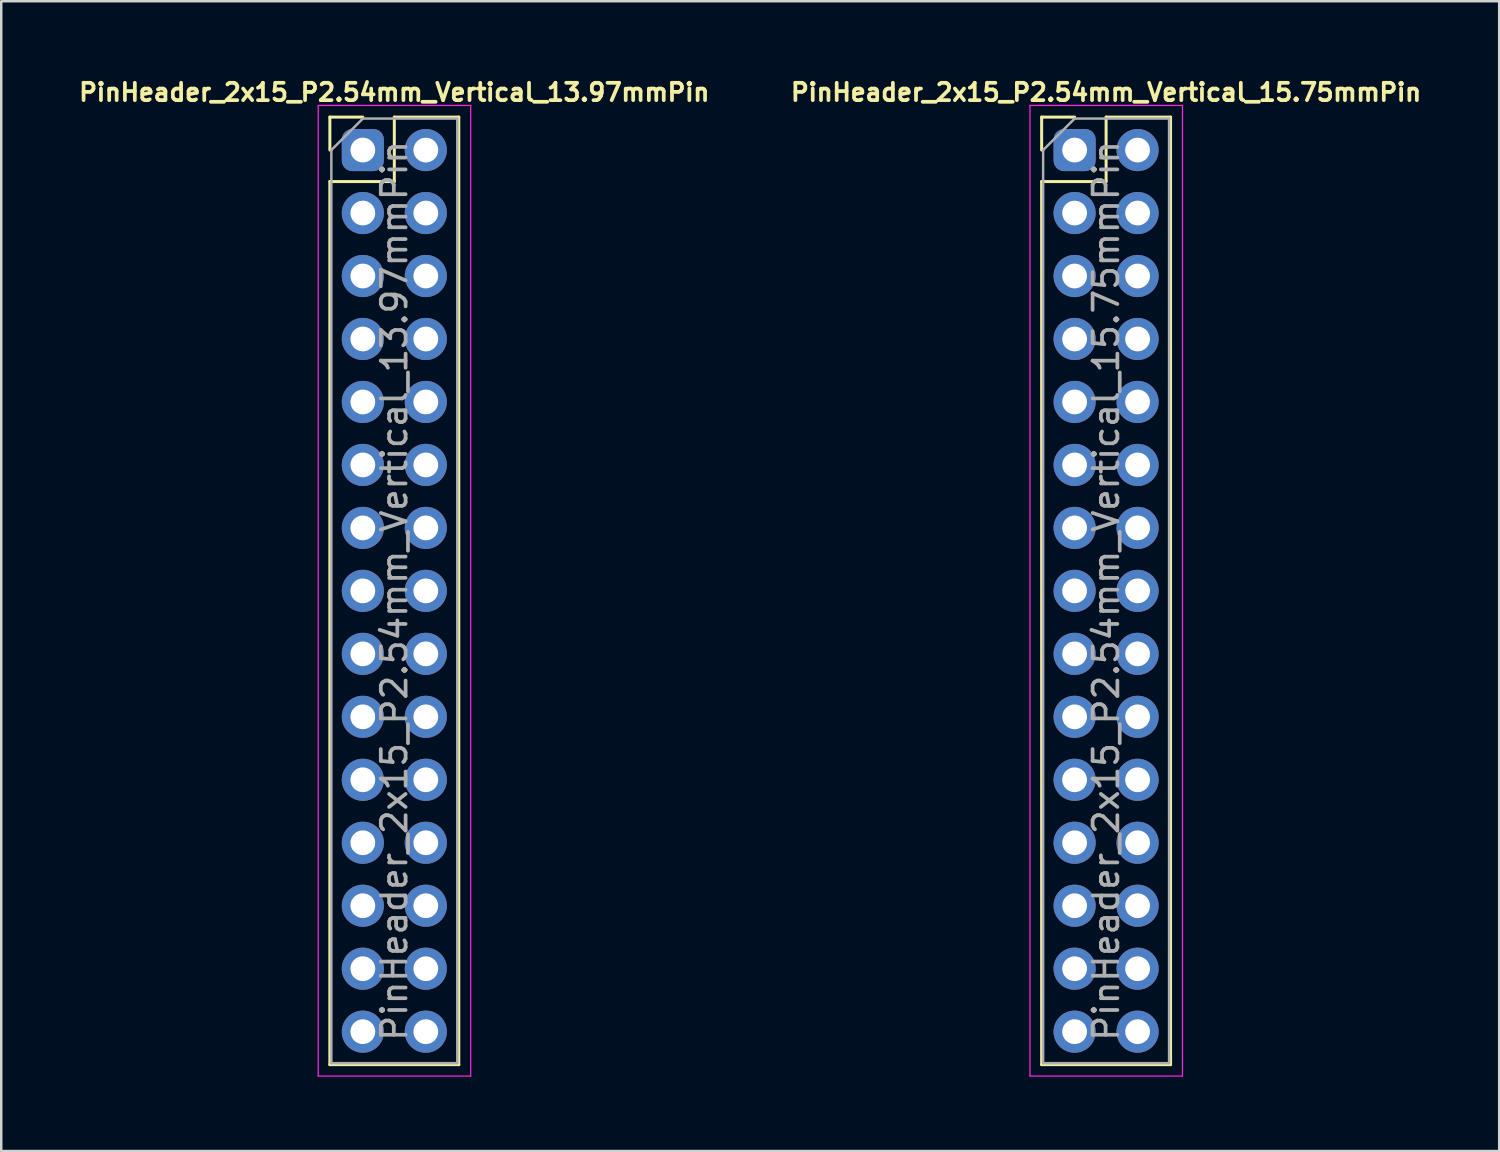
<source format=kicad_pcb>
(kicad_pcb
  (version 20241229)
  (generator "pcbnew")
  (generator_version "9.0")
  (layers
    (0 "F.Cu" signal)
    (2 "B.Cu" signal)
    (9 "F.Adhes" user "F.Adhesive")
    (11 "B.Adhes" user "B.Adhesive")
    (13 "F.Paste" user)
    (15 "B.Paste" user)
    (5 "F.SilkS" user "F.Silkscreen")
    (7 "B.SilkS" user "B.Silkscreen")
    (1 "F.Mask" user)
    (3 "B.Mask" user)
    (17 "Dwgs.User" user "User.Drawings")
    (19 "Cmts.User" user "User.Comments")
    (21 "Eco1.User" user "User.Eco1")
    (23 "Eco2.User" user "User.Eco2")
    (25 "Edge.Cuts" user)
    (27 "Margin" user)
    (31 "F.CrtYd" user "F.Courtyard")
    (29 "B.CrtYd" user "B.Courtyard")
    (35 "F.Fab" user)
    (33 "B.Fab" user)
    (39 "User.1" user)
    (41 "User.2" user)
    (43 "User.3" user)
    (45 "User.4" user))
  (footprint "PinHeader_2x15_P2.54mm_Vertical_13.97mmPin"
    (layer "F.Cu")
    (at 11.585 3.003)
    (property "Reference" "PinHeader_2x15_P2.54mm_Vertical_13.97mmPin" (at 1.27 -2.33 0) (layer "F.SilkS") (effects (font (size 0.7 0.7) (thickness 0.15))))
    (attr through_hole)
    (fp_line (start -1.33 -1.33) (end 0 -1.33) (stroke (width 0.12) (type solid)) (layer "F.SilkS"))
    (fp_line (start -1.33 0) (end -1.33 -1.33) (stroke (width 0.12) (type solid)) (layer "F.SilkS"))
    (fp_line (start -1.33 1.27) (end -1.33 36.89) (stroke (width 0.12) (type solid)) (layer "F.SilkS"))
    (fp_line (start -1.33 1.27) (end 1.27 1.27) (stroke (width 0.12) (type solid)) (layer "F.SilkS"))
    (fp_line (start -1.33 36.89) (end 3.87 36.89) (stroke (width 0.12) (type solid)) (layer "F.SilkS"))
    (fp_line (start 1.27 -1.33) (end 3.87 -1.33) (stroke (width 0.12) (type solid)) (layer "F.SilkS"))
    (fp_line (start 1.27 1.27) (end 1.27 -1.33) (stroke (width 0.12) (type solid)) (layer "F.SilkS"))
    (fp_line (start 3.87 -1.33) (end 3.87 36.89) (stroke (width 0.12) (type solid)) (layer "F.SilkS"))
    (fp_line (start -1.8 -1.8) (end -1.8 37.35) (stroke (width 0.05) (type solid)) (layer "F.CrtYd"))
    (fp_line (start -1.8 37.35) (end 4.35 37.35) (stroke (width 0.05) (type solid)) (layer "F.CrtYd"))
    (fp_line (start 4.35 -1.8) (end -1.8 -1.8) (stroke (width 0.05) (type solid)) (layer "F.CrtYd"))
    (fp_line (start 4.35 37.35) (end 4.35 -1.8) (stroke (width 0.05) (type solid)) (layer "F.CrtYd"))
    (fp_line (start -1.27 0) (end 0 -1.27) (stroke (width 0.1) (type solid)) (layer "F.Fab"))
    (fp_line (start -1.27 36.83) (end -1.27 0) (stroke (width 0.1) (type solid)) (layer "F.Fab"))
    (fp_line (start 0 -1.27) (end 3.81 -1.27) (stroke (width 0.1) (type solid)) (layer "F.Fab"))
    (fp_line (start 3.81 -1.27) (end 3.81 36.83) (stroke (width 0.1) (type solid)) (layer "F.Fab"))
    (fp_line (start 3.81 36.83) (end -1.27 36.83) (stroke (width 0.1) (type solid)) (layer "F.Fab"))
    (fp_text user "${REFERENCE}" (at 1.27 17.78 90) (layer "F.Fab") (effects (font (size 1 1) (thickness 0.15))))
    (pad "1" thru_hole roundrect (at 0 0) (size 1.7 1.7) (drill 1) (layers "*.Cu" "*.Mask") (roundrect_rratio 0.25))
    (pad "2" thru_hole oval (at 2.54 0) (size 1.7 1.7) (drill 1) (layers "*.Cu" "*.Mask"))
    (pad "3" thru_hole oval (at 0 2.54) (size 1.7 1.7) (drill 1) (layers "*.Cu" "*.Mask"))
    (pad "4" thru_hole oval (at 2.54 2.54) (size 1.7 1.7) (drill 1) (layers "*.Cu" "*.Mask"))
    (pad "5" thru_hole oval (at 0 5.08) (size 1.7 1.7) (drill 1) (layers "*.Cu" "*.Mask"))
    (pad "6" thru_hole oval (at 2.54 5.08) (size 1.7 1.7) (drill 1) (layers "*.Cu" "*.Mask"))
    (pad "7" thru_hole oval (at 0 7.62) (size 1.7 1.7) (drill 1) (layers "*.Cu" "*.Mask"))
    (pad "8" thru_hole oval (at 2.54 7.62) (size 1.7 1.7) (drill 1) (layers "*.Cu" "*.Mask"))
    (pad "9" thru_hole oval (at 0 10.16) (size 1.7 1.7) (drill 1) (layers "*.Cu" "*.Mask"))
    (pad "10" thru_hole oval (at 2.54 10.16) (size 1.7 1.7) (drill 1) (layers "*.Cu" "*.Mask"))
    (pad "11" thru_hole oval (at 0 12.7) (size 1.7 1.7) (drill 1) (layers "*.Cu" "*.Mask"))
    (pad "12" thru_hole oval (at 2.54 12.7) (size 1.7 1.7) (drill 1) (layers "*.Cu" "*.Mask"))
    (pad "13" thru_hole oval (at 0 15.24) (size 1.7 1.7) (drill 1) (layers "*.Cu" "*.Mask"))
    (pad "14" thru_hole oval (at 2.54 15.24) (size 1.7 1.7) (drill 1) (layers "*.Cu" "*.Mask"))
    (pad "15" thru_hole oval (at 0 17.78) (size 1.7 1.7) (drill 1) (layers "*.Cu" "*.Mask"))
    (pad "16" thru_hole oval (at 2.54 17.78) (size 1.7 1.7) (drill 1) (layers "*.Cu" "*.Mask"))
    (pad "17" thru_hole oval (at 0 20.32) (size 1.7 1.7) (drill 1) (layers "*.Cu" "*.Mask"))
    (pad "18" thru_hole oval (at 2.54 20.32) (size 1.7 1.7) (drill 1) (layers "*.Cu" "*.Mask"))
    (pad "19" thru_hole oval (at 0 22.86) (size 1.7 1.7) (drill 1) (layers "*.Cu" "*.Mask"))
    (pad "20" thru_hole oval (at 2.54 22.86) (size 1.7 1.7) (drill 1) (layers "*.Cu" "*.Mask"))
    (pad "21" thru_hole oval (at 0 25.4) (size 1.7 1.7) (drill 1) (layers "*.Cu" "*.Mask"))
    (pad "22" thru_hole oval (at 2.54 25.4) (size 1.7 1.7) (drill 1) (layers "*.Cu" "*.Mask"))
    (pad "23" thru_hole oval (at 0 27.94) (size 1.7 1.7) (drill 1) (layers "*.Cu" "*.Mask"))
    (pad "24" thru_hole oval (at 2.54 27.94) (size 1.7 1.7) (drill 1) (layers "*.Cu" "*.Mask"))
    (pad "25" thru_hole oval (at 0 30.48) (size 1.7 1.7) (drill 1) (layers "*.Cu" "*.Mask"))
    (pad "26" thru_hole oval (at 2.54 30.48) (size 1.7 1.7) (drill 1) (layers "*.Cu" "*.Mask"))
    (pad "27" thru_hole oval (at 0 33.02) (size 1.7 1.7) (drill 1) (layers "*.Cu" "*.Mask"))
    (pad "28" thru_hole oval (at 2.54 33.02) (size 1.7 1.7) (drill 1) (layers "*.Cu" "*.Mask"))
    (pad "29" thru_hole oval (at 0 35.56) (size 1.7 1.7) (drill 1) (layers "*.Cu" "*.Mask"))
    (pad "30" thru_hole oval (at 2.54 35.56) (size 1.7 1.7) (drill 1) (layers "*.Cu" "*.Mask")))
  (footprint "PinHeader_2x15_P2.54mm_Vertical_15.75mmPin"
    (layer "F.Cu")
    (at 40.295 3.003)
    (property "Reference" "PinHeader_2x15_P2.54mm_Vertical_15.75mmPin" (at 1.27 -2.33 0) (layer "F.SilkS") (effects (font (size 0.7 0.7) (thickness 0.15))))
    (attr through_hole)
    (fp_line (start -1.33 -1.33) (end 0 -1.33) (stroke (width 0.12) (type solid)) (layer "F.SilkS"))
    (fp_line (start -1.33 0) (end -1.33 -1.33) (stroke (width 0.12) (type solid)) (layer "F.SilkS"))
    (fp_line (start -1.33 1.27) (end -1.33 36.89) (stroke (width 0.12) (type solid)) (layer "F.SilkS"))
    (fp_line (start -1.33 1.27) (end 1.27 1.27) (stroke (width 0.12) (type solid)) (layer "F.SilkS"))
    (fp_line (start -1.33 36.89) (end 3.87 36.89) (stroke (width 0.12) (type solid)) (layer "F.SilkS"))
    (fp_line (start 1.27 -1.33) (end 3.87 -1.33) (stroke (width 0.12) (type solid)) (layer "F.SilkS"))
    (fp_line (start 1.27 1.27) (end 1.27 -1.33) (stroke (width 0.12) (type solid)) (layer "F.SilkS"))
    (fp_line (start 3.87 -1.33) (end 3.87 36.89) (stroke (width 0.12) (type solid)) (layer "F.SilkS"))
    (fp_line (start -1.8 -1.8) (end -1.8 37.35) (stroke (width 0.05) (type solid)) (layer "F.CrtYd"))
    (fp_line (start -1.8 37.35) (end 4.35 37.35) (stroke (width 0.05) (type solid)) (layer "F.CrtYd"))
    (fp_line (start 4.35 -1.8) (end -1.8 -1.8) (stroke (width 0.05) (type solid)) (layer "F.CrtYd"))
    (fp_line (start 4.35 37.35) (end 4.35 -1.8) (stroke (width 0.05) (type solid)) (layer "F.CrtYd"))
    (fp_line (start -1.27 0) (end 0 -1.27) (stroke (width 0.1) (type solid)) (layer "F.Fab"))
    (fp_line (start -1.27 36.83) (end -1.27 0) (stroke (width 0.1) (type solid)) (layer "F.Fab"))
    (fp_line (start 0 -1.27) (end 3.81 -1.27) (stroke (width 0.1) (type solid)) (layer "F.Fab"))
    (fp_line (start 3.81 -1.27) (end 3.81 36.83) (stroke (width 0.1) (type solid)) (layer "F.Fab"))
    (fp_line (start 3.81 36.83) (end -1.27 36.83) (stroke (width 0.1) (type solid)) (layer "F.Fab"))
    (fp_text user "${REFERENCE}" (at 1.27 17.78 90) (layer "F.Fab") (effects (font (size 1 1) (thickness 0.15))))
    (pad "1" thru_hole roundrect (at 0 0) (size 1.7 1.7) (drill 1) (layers "*.Cu" "*.Mask") (roundrect_rratio 0.25))
    (pad "2" thru_hole oval (at 2.54 0) (size 1.7 1.7) (drill 1) (layers "*.Cu" "*.Mask"))
    (pad "3" thru_hole oval (at 0 2.54) (size 1.7 1.7) (drill 1) (layers "*.Cu" "*.Mask"))
    (pad "4" thru_hole oval (at 2.54 2.54) (size 1.7 1.7) (drill 1) (layers "*.Cu" "*.Mask"))
    (pad "5" thru_hole oval (at 0 5.08) (size 1.7 1.7) (drill 1) (layers "*.Cu" "*.Mask"))
    (pad "6" thru_hole oval (at 2.54 5.08) (size 1.7 1.7) (drill 1) (layers "*.Cu" "*.Mask"))
    (pad "7" thru_hole oval (at 0 7.62) (size 1.7 1.7) (drill 1) (layers "*.Cu" "*.Mask"))
    (pad "8" thru_hole oval (at 2.54 7.62) (size 1.7 1.7) (drill 1) (layers "*.Cu" "*.Mask"))
    (pad "9" thru_hole oval (at 0 10.16) (size 1.7 1.7) (drill 1) (layers "*.Cu" "*.Mask"))
    (pad "10" thru_hole oval (at 2.54 10.16) (size 1.7 1.7) (drill 1) (layers "*.Cu" "*.Mask"))
    (pad "11" thru_hole oval (at 0 12.7) (size 1.7 1.7) (drill 1) (layers "*.Cu" "*.Mask"))
    (pad "12" thru_hole oval (at 2.54 12.7) (size 1.7 1.7) (drill 1) (layers "*.Cu" "*.Mask"))
    (pad "13" thru_hole oval (at 0 15.24) (size 1.7 1.7) (drill 1) (layers "*.Cu" "*.Mask"))
    (pad "14" thru_hole oval (at 2.54 15.24) (size 1.7 1.7) (drill 1) (layers "*.Cu" "*.Mask"))
    (pad "15" thru_hole oval (at 0 17.78) (size 1.7 1.7) (drill 1) (layers "*.Cu" "*.Mask"))
    (pad "16" thru_hole oval (at 2.54 17.78) (size 1.7 1.7) (drill 1) (layers "*.Cu" "*.Mask"))
    (pad "17" thru_hole oval (at 0 20.32) (size 1.7 1.7) (drill 1) (layers "*.Cu" "*.Mask"))
    (pad "18" thru_hole oval (at 2.54 20.32) (size 1.7 1.7) (drill 1) (layers "*.Cu" "*.Mask"))
    (pad "19" thru_hole oval (at 0 22.86) (size 1.7 1.7) (drill 1) (layers "*.Cu" "*.Mask"))
    (pad "20" thru_hole oval (at 2.54 22.86) (size 1.7 1.7) (drill 1) (layers "*.Cu" "*.Mask"))
    (pad "21" thru_hole oval (at 0 25.4) (size 1.7 1.7) (drill 1) (layers "*.Cu" "*.Mask"))
    (pad "22" thru_hole oval (at 2.54 25.4) (size 1.7 1.7) (drill 1) (layers "*.Cu" "*.Mask"))
    (pad "23" thru_hole oval (at 0 27.94) (size 1.7 1.7) (drill 1) (layers "*.Cu" "*.Mask"))
    (pad "24" thru_hole oval (at 2.54 27.94) (size 1.7 1.7) (drill 1) (layers "*.Cu" "*.Mask"))
    (pad "25" thru_hole oval (at 0 30.48) (size 1.7 1.7) (drill 1) (layers "*.Cu" "*.Mask"))
    (pad "26" thru_hole oval (at 2.54 30.48) (size 1.7 1.7) (drill 1) (layers "*.Cu" "*.Mask"))
    (pad "27" thru_hole oval (at 0 33.02) (size 1.7 1.7) (drill 1) (layers "*.Cu" "*.Mask"))
    (pad "28" thru_hole oval (at 2.54 33.02) (size 1.7 1.7) (drill 1) (layers "*.Cu" "*.Mask"))
    (pad "29" thru_hole oval (at 0 35.56) (size 1.7 1.7) (drill 1) (layers "*.Cu" "*.Mask"))
    (pad "30" thru_hole oval (at 2.54 35.56) (size 1.7 1.7) (drill 1) (layers "*.Cu" "*.Mask")))
  (gr_rect
    (start -3 -3)
    (end 57.42 43.378)
    (stroke (width 0.1) (type default))
    (fill no)
    (layer "Edge.Cuts")))
</source>
